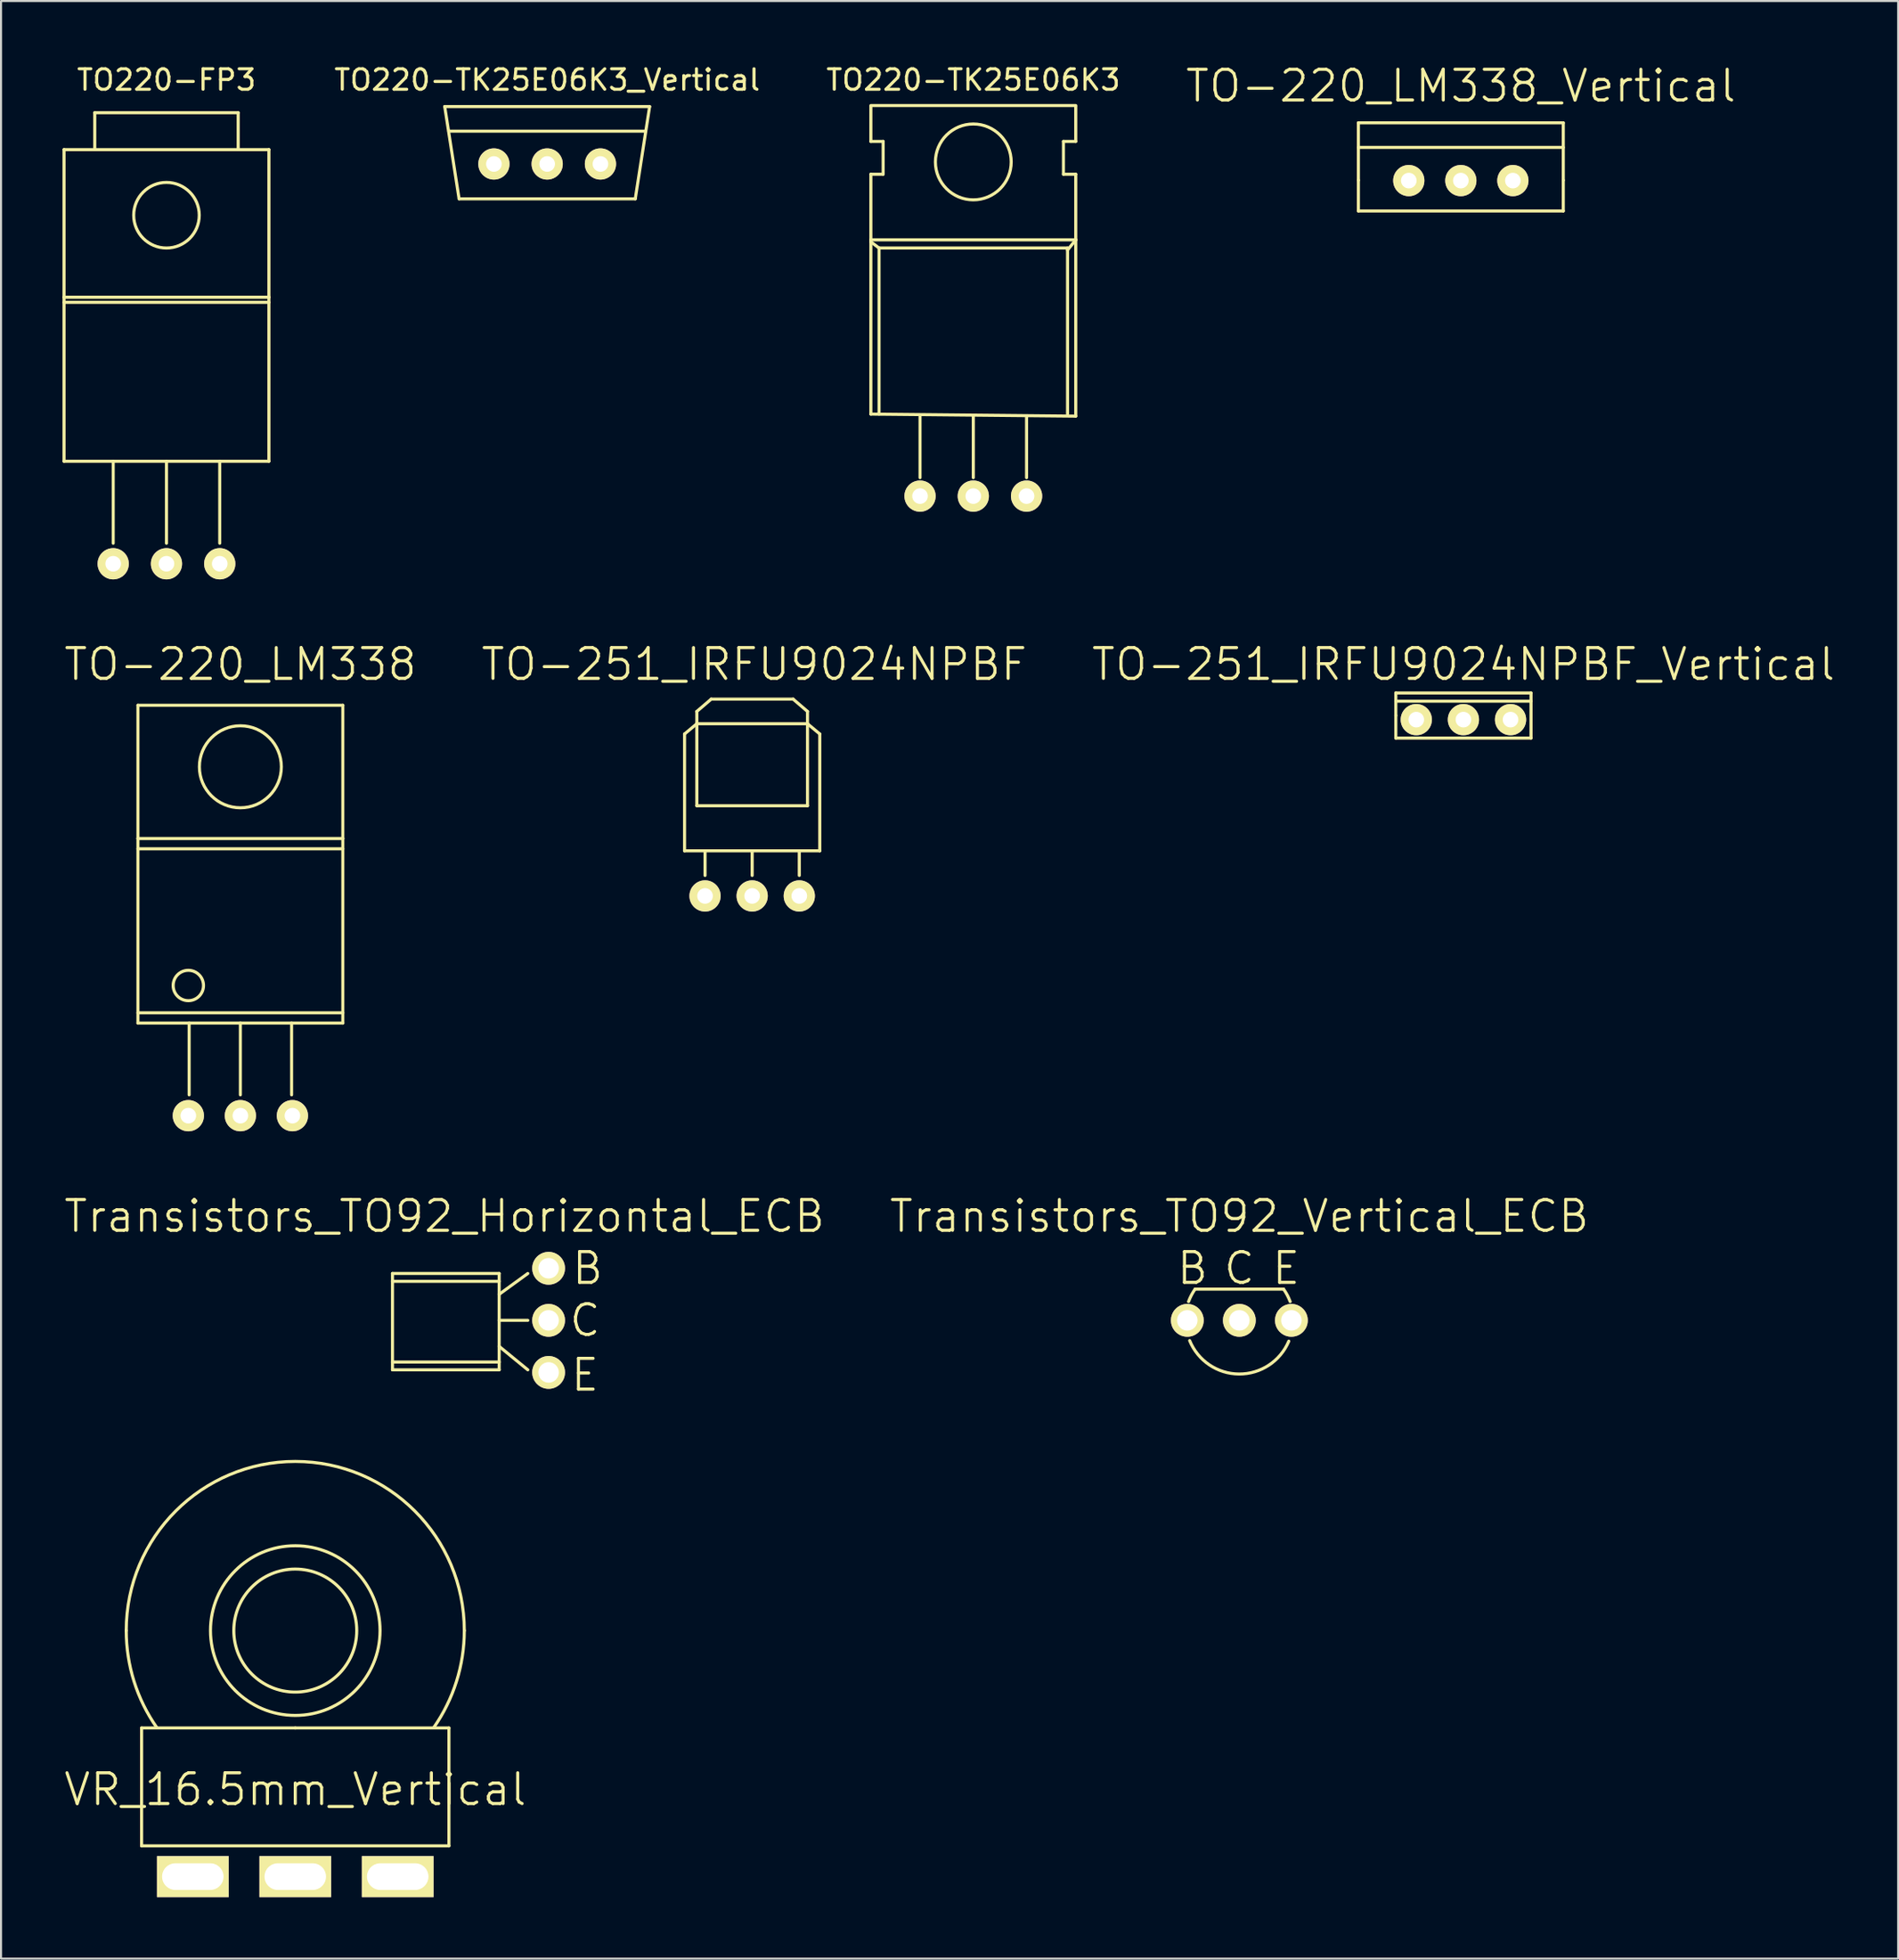
<source format=kicad_pcb>
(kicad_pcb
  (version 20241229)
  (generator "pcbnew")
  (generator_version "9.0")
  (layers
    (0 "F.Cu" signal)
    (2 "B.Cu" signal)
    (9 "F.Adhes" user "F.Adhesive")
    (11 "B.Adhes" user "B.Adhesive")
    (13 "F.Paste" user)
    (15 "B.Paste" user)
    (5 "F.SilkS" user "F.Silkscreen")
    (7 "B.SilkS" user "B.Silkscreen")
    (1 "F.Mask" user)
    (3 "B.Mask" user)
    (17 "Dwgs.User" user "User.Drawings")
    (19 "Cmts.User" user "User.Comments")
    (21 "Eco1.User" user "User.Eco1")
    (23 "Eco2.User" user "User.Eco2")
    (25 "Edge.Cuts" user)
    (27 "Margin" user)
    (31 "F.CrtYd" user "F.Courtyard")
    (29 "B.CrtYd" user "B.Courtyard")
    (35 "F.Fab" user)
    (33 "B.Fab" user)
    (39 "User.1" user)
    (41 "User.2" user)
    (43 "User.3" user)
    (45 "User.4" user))
  (footprint "Transistors_TO92_Vertical_ECB"
    (layer "F.Cu")
    (at 57.439 61.352)
    (property "Reference" "Transistors_TO92_Vertical_ECB" (at 0 -5.08 0) (layer "F.SilkS") (effects (font (size 1.5 1.5) (thickness 0.15))))
    (attr through_hole)
    (fp_line (start 2.159 -1.524) (end -2.159 -1.524) (stroke (width 0.15) (type solid)) (layer "F.SilkS"))
    (fp_arc (start -2.479874 -0.913281) (mid -2.339451 -1.229156) (end -2.159 -1.524) (stroke (width 0.15) (type solid)) (layer "F.SilkS"))
    (fp_arc (start 2.159 -1.524) (mid 2.339451 -1.229156) (end 2.479874 -0.913281) (stroke (width 0.15) (type solid)) (layer "F.SilkS"))
    (fp_arc (start 2.413 1.016) (mid -0.015247 2.618128) (end -2.424669 0.987828) (stroke (width 0.15) (type solid)) (layer "F.SilkS"))
    (fp_text user "C" (at 0 -2.54 0) (layer "F.SilkS") (effects (font (size 1.5 1.5) (thickness 0.15))))
    (fp_text user "E" (at 2.286 -2.54 0) (layer "F.SilkS") (effects (font (size 1.5 1.5) (thickness 0.15))))
    (fp_text user "B" (at -2.286 -2.54 0) (layer "F.SilkS") (effects (font (size 1.5 1.5) (thickness 0.15))))
    (pad "1" thru_hole circle (at 2.54 0) (size 1.6 1.6) (drill 1) (layers "*.Cu" "*.Mask" "F.SilkS"))
    (pad "2" thru_hole circle (at -2.54 0) (size 1.6 1.6) (drill 1) (layers "*.Cu" "*.Mask" "F.SilkS"))
    (pad "3" thru_hole circle (at 0 0) (size 1.6 1.6) (drill 1) (layers "*.Cu" "*.Mask" "F.SilkS")))
  (footprint "TO-251_IRFU9024NPBF_Vertical"
    (layer "F.Cu")
    (at 68.375 32.051)
    (property "Reference" "TO-251_IRFU9024NPBF_Vertical" (at 0 -2.7 0) (layer "F.SilkS") (effects (font (size 1.5 1.5) (thickness 0.15))))
    (attr through_hole)
    (fp_line (start -3.3 -1.3) (end 3.3 -1.3) (stroke (width 0.15) (type solid)) (layer "F.SilkS"))
    (fp_line (start -3.3 -0.9) (end 3.3 -0.9) (stroke (width 0.15) (type solid)) (layer "F.SilkS"))
    (fp_line (start -3.3 -0.2) (end -3.3 -1.3) (stroke (width 0.15) (type solid)) (layer "F.SilkS"))
    (fp_line (start -3.3 0.9) (end -3.3 -0.2) (stroke (width 0.15) (type solid)) (layer "F.SilkS"))
    (fp_line (start 3.3 -1.3) (end 3.3 0.9) (stroke (width 0.15) (type solid)) (layer "F.SilkS"))
    (fp_line (start 3.3 0.9) (end -3.3 0.9) (stroke (width 0.15) (type solid)) (layer "F.SilkS"))
    (pad "1" thru_hole circle (at -2.3 0) (size 1.524 1.524) (drill 0.762) (layers "*.Cu" "*.Mask" "F.SilkS"))
    (pad "2" thru_hole circle (at 0 0) (size 1.524 1.524) (drill 0.762) (layers "*.Cu" "*.Mask" "F.SilkS"))
    (pad "3" thru_hole circle (at 2.3 0) (size 1.524 1.524) (drill 0.762) (layers "*.Cu" "*.Mask" "F.SilkS")))
  (footprint "TO-220_LM338"
    (layer "F.Cu")
    (at 8.682 34.351)
    (property "Reference" "TO-220_LM338" (at 0 -5 0) (layer "F.SilkS") (effects (font (size 1.5 1.5) (thickness 0.15))))
    (attr through_hole)
    (fp_line (start -5 -3) (end -5 3.5) (stroke (width 0.15) (type solid)) (layer "F.SilkS"))
    (fp_line (start -5 -3) (end 5 -3) (stroke (width 0.15) (type solid)) (layer "F.SilkS"))
    (fp_line (start -5 3.5) (end 5 3.5) (stroke (width 0.15) (type solid)) (layer "F.SilkS"))
    (fp_line (start -5 4) (end 5 4) (stroke (width 0.15) (type solid)) (layer "F.SilkS"))
    (fp_line (start -5 12) (end 5 12) (stroke (width 0.15) (type solid)) (layer "F.SilkS"))
    (fp_line (start -5 12.5) (end -5 3.5) (stroke (width 0.15) (type solid)) (layer "F.SilkS"))
    (fp_line (start -2.5 12.5) (end -2.5 16) (stroke (width 0.15) (type solid)) (layer "F.SilkS"))
    (fp_line (start 0 12.5) (end 0 16) (stroke (width 0.15) (type solid)) (layer "F.SilkS"))
    (fp_line (start 2.5 12.5) (end 2.5 16) (stroke (width 0.15) (type solid)) (layer "F.SilkS"))
    (fp_line (start 5 -3) (end 5 3.5) (stroke (width 0.15) (type solid)) (layer "F.SilkS"))
    (fp_line (start 5 3.5) (end 5 12.5) (stroke (width 0.15) (type solid)) (layer "F.SilkS"))
    (fp_line (start 5 12.5) (end -5 12.5) (stroke (width 0.15) (type solid)) (layer "F.SilkS"))
    (fp_circle (center -2.54 10.668) (end -1.905 11.049) (stroke (width 0.15) (type solid)) (fill no) (layer "F.SilkS"))
    (fp_circle (center 0 0) (end 2 0) (stroke (width 0.15) (type solid)) (fill no) (layer "F.SilkS"))
    (pad "1" thru_hole circle (at -2.54 17.018) (size 1.524 1.524) (drill 0.762) (layers "*.Cu" "*.Mask" "F.SilkS"))
    (pad "2" thru_hole circle (at 0 17.018) (size 1.524 1.524) (drill 0.762) (layers "*.Cu" "*.Mask" "F.SilkS"))
    (pad "3" thru_hole circle (at 2.54 17.018) (size 1.524 1.524) (drill 0.762) (layers "*.Cu" "*.Mask" "F.SilkS")))
  (footprint "TO-220_LM338_Vertical"
    (layer "F.Cu")
    (at 68.249 5.741)
    (property "Reference" "TO-220_LM338_Vertical" (at 0 -4.6 0) (layer "F.SilkS") (effects (font (size 1.5 1.5) (thickness 0.15))))
    (attr through_hole)
    (fp_line (start -5 -2.8) (end -5 0) (stroke (width 0.15) (type solid)) (layer "F.SilkS"))
    (fp_line (start -5 0) (end -5 1.5) (stroke (width 0.15) (type solid)) (layer "F.SilkS"))
    (fp_line (start -5 1.5) (end 5 1.5) (stroke (width 0.15) (type solid)) (layer "F.SilkS"))
    (fp_line (start 5 -2.8) (end -5 -2.8) (stroke (width 0.15) (type solid)) (layer "F.SilkS"))
    (fp_line (start 5 -1.6) (end -5 -1.6) (stroke (width 0.15) (type solid)) (layer "F.SilkS"))
    (fp_line (start 5 0) (end 5 -2.8) (stroke (width 0.15) (type solid)) (layer "F.SilkS"))
    (fp_line (start 5 1.5) (end 5 0) (stroke (width 0.15) (type solid)) (layer "F.SilkS"))
    (pad "1" thru_hole circle (at -2.54 0.018) (size 1.524 1.524) (drill 0.762) (layers "*.Cu" "*.Mask" "F.SilkS"))
    (pad "2" thru_hole circle (at 0 0.018) (size 1.524 1.524) (drill 0.762) (layers "*.Cu" "*.Mask" "F.SilkS"))
    (pad "3" thru_hole circle (at 2.54 0.018) (size 1.524 1.524) (drill 0.762) (layers "*.Cu" "*.Mask" "F.SilkS")))
  (footprint "TO220-TK25E06K3_Vertical"
    (layer "F.Cu")
    (at 23.656 4.948)
    (property "Reference" "TO220-TK25E06K3_Vertical" (at 0 -4.1 0) (layer "F.SilkS") (effects (font (size 1 1) (thickness 0.15))))
    (attr through_hole)
    (fp_line (start -5 -2.8) (end -4.3 1.7) (stroke (width 0.15) (type solid)) (layer "F.SilkS"))
    (fp_line (start -4.3 1.7) (end 4.3 1.7) (stroke (width 0.15) (type solid)) (layer "F.SilkS"))
    (fp_line (start 4.8 -1.6) (end -4.8 -1.6) (stroke (width 0.15) (type solid)) (layer "F.SilkS"))
    (fp_line (start 5 -2.8) (end -5 -2.8) (stroke (width 0.15) (type solid)) (layer "F.SilkS"))
    (fp_line (start 5 -2.8) (end 4.3 1.7) (stroke (width 0.15) (type solid)) (layer "F.SilkS"))
    (pad "1" thru_hole circle (at -2.6 0) (size 1.524 1.524) (drill 0.762) (layers "*.Cu" "*.Mask" "F.SilkS"))
    (pad "2" thru_hole circle (at 0 0) (size 1.524 1.524) (drill 0.762) (layers "*.Cu" "*.Mask" "F.SilkS"))
    (pad "3" thru_hole circle (at 2.6 0) (size 1.524 1.524) (drill 0.762) (layers "*.Cu" "*.Mask" "F.SilkS")))
  (footprint "TO220-FP3"
    (layer "F.Cu")
    (at 5.075 7.448)
    (property "Reference" "TO220-FP3" (at 0 -6.6 0) (layer "F.SilkS") (effects (font (size 1 1) (thickness 0.15))))
    (attr through_hole)
    (fp_line (start -5 -3.2) (end 5 -3.2) (stroke (width 0.15) (type solid)) (layer "F.SilkS"))
    (fp_line (start -5 4) (end -5 -3.2) (stroke (width 0.15) (type solid)) (layer "F.SilkS"))
    (fp_line (start -5 4.25) (end 5 4.25) (stroke (width 0.15) (type solid)) (layer "F.SilkS"))
    (fp_line (start -5 12) (end -5 4) (stroke (width 0.15) (type solid)) (layer "F.SilkS"))
    (fp_line (start -3.5 -5) (end 3.5 -5) (stroke (width 0.15) (type solid)) (layer "F.SilkS"))
    (fp_line (start -3.5 -3.25) (end -3.5 -5) (stroke (width 0.15) (type solid)) (layer "F.SilkS"))
    (fp_line (start -2.6 16) (end -2.6 12) (stroke (width 0.15) (type solid)) (layer "F.SilkS"))
    (fp_line (start 0 16) (end 0 12) (stroke (width 0.15) (type solid)) (layer "F.SilkS"))
    (fp_line (start 2.6 16) (end 2.6 12) (stroke (width 0.15) (type solid)) (layer "F.SilkS"))
    (fp_line (start 3.5 -5) (end 3.5 -3.25) (stroke (width 0.15) (type solid)) (layer "F.SilkS"))
    (fp_line (start 5 -3.2) (end 5 4) (stroke (width 0.15) (type solid)) (layer "F.SilkS"))
    (fp_line (start 5 4) (end -5 4) (stroke (width 0.15) (type solid)) (layer "F.SilkS"))
    (fp_line (start 5 12) (end -5 12) (stroke (width 0.15) (type solid)) (layer "F.SilkS"))
    (fp_line (start 5 12) (end 5 4) (stroke (width 0.15) (type solid)) (layer "F.SilkS"))
    (fp_circle (center 0 0) (end 1.6 0) (stroke (width 0.15) (type solid)) (fill no) (layer "F.SilkS"))
    (pad "1" thru_hole circle (at -2.6 17) (size 1.524 1.524) (drill 0.762) (layers "*.Cu" "*.Mask" "F.SilkS"))
    (pad "2" thru_hole circle (at 0 17) (size 1.524 1.524) (drill 0.762) (layers "*.Cu" "*.Mask" "F.SilkS"))
    (pad "3" thru_hole circle (at 2.6 17) (size 1.524 1.524) (drill 0.762) (layers "*.Cu" "*.Mask" "F.SilkS")))
  (footprint "Transistors_TO92_Horizontal_ECB"
    (layer "F.Cu")
    (at 18.646 61.352)
    (property "Reference" "Transistors_TO92_Horizontal_ECB" (at 0 -5.08 0) (layer "F.SilkS") (effects (font (size 1.5 1.5) (thickness 0.15))))
    (attr through_hole)
    (fp_line (start -2.54 -2.286) (end -2.54 2.413) (stroke (width 0.15) (type solid)) (layer "F.SilkS"))
    (fp_line (start -2.54 2.032) (end 2.667 2.032) (stroke (width 0.15) (type solid)) (layer "F.SilkS"))
    (fp_line (start -2.54 2.413) (end 2.667 2.413) (stroke (width 0.15) (type solid)) (layer "F.SilkS"))
    (fp_line (start 2.667 -2.286) (end -2.54 -2.286) (stroke (width 0.15) (type solid)) (layer "F.SilkS"))
    (fp_line (start 2.667 -1.905) (end -2.54 -1.905) (stroke (width 0.15) (type solid)) (layer "F.SilkS"))
    (fp_line (start 2.667 -1.27) (end 4.064 -2.286) (stroke (width 0.15) (type solid)) (layer "F.SilkS"))
    (fp_line (start 2.667 0) (end 4.064 0) (stroke (width 0.15) (type solid)) (layer "F.SilkS"))
    (fp_line (start 2.667 1.27) (end 4.064 2.413) (stroke (width 0.15) (type solid)) (layer "F.SilkS"))
    (fp_line (start 2.667 2.413) (end 2.667 -2.286) (stroke (width 0.15) (type solid)) (layer "F.SilkS"))
    (fp_text user "E" (at 6.858 2.667 0) (layer "F.SilkS") (effects (font (size 1.5 1.5) (thickness 0.15))))
    (fp_text user "C" (at 6.858 0 0) (layer "F.SilkS") (effects (font (size 1.5 1.5) (thickness 0.15))))
    (fp_text user "B" (at 6.985 -2.54 0) (layer "F.SilkS") (effects (font (size 1.5 1.5) (thickness 0.15))))
    (pad "1" thru_hole circle (at 5.08 2.54) (size 1.6 1.6) (drill 1) (layers "*.Cu" "*.Mask" "F.SilkS"))
    (pad "2" thru_hole circle (at 5.08 -2.54) (size 1.6 1.6) (drill 1) (layers "*.Cu" "*.Mask" "F.SilkS"))
    (pad "3" thru_hole circle (at 5.08 0) (size 1.6 1.6) (drill 1) (layers "*.Cu" "*.Mask" "F.SilkS")))
  (footprint "TO-251_IRFU9024NPBF"
    (layer "F.Cu")
    (at 33.661 32.251)
    (property "Reference" "TO-251_IRFU9024NPBF" (at 0.1 -2.9 0) (layer "F.SilkS") (effects (font (size 1.5 1.5) (thickness 0.15))))
    (attr through_hole)
    (fp_line (start -3.3 0.5) (end -3.3 6.2) (stroke (width 0.15) (type solid)) (layer "F.SilkS"))
    (fp_line (start -2.7 -0.6) (end -2.7 0) (stroke (width 0.15) (type solid)) (layer "F.SilkS"))
    (fp_line (start -2.7 -0.6) (end -2 -1.2) (stroke (width 0.15) (type solid)) (layer "F.SilkS"))
    (fp_line (start -2.7 0) (end -3.3 0.5) (stroke (width 0.15) (type solid)) (layer "F.SilkS"))
    (fp_line (start -2.7 0) (end -2.7 4) (stroke (width 0.15) (type solid)) (layer "F.SilkS"))
    (fp_line (start -2.7 4) (end 2.7 4) (stroke (width 0.15) (type solid)) (layer "F.SilkS"))
    (fp_line (start -2.3 6.2) (end -2.3 7.4) (stroke (width 0.15) (type solid)) (layer "F.SilkS"))
    (fp_line (start 0 7.4) (end 0 6.2) (stroke (width 0.15) (type solid)) (layer "F.SilkS"))
    (fp_line (start 2 -1.2) (end -2 -1.2) (stroke (width 0.15) (type solid)) (layer "F.SilkS"))
    (fp_line (start 2.3 6.2) (end 2.3 7.4) (stroke (width 0.15) (type solid)) (layer "F.SilkS"))
    (fp_line (start 2.7 -0.6) (end 2 -1.2) (stroke (width 0.15) (type solid)) (layer "F.SilkS"))
    (fp_line (start 2.7 0) (end -2.7 0) (stroke (width 0.15) (type solid)) (layer "F.SilkS"))
    (fp_line (start 2.7 0) (end 2.7 -0.6) (stroke (width 0.15) (type solid)) (layer "F.SilkS"))
    (fp_line (start 2.7 0) (end 3.3 0.5) (stroke (width 0.15) (type solid)) (layer "F.SilkS"))
    (fp_line (start 2.7 4) (end 2.7 0) (stroke (width 0.15) (type solid)) (layer "F.SilkS"))
    (fp_line (start 3.3 0.5) (end 3.3 6.2) (stroke (width 0.15) (type solid)) (layer "F.SilkS"))
    (fp_line (start 3.3 6.2) (end -3.3 6.2) (stroke (width 0.15) (type solid)) (layer "F.SilkS"))
    (pad "1" thru_hole circle (at -2.3 8.4) (size 1.524 1.524) (drill 0.762) (layers "*.Cu" "*.Mask" "F.SilkS"))
    (pad "2" thru_hole circle (at 0 8.4) (size 1.524 1.524) (drill 0.762) (layers "*.Cu" "*.Mask" "F.SilkS"))
    (pad "3" thru_hole circle (at 2.3 8.4) (size 1.524 1.524) (drill 0.762) (layers "*.Cu" "*.Mask" "F.SilkS")))
  (footprint "TO220-TK25E06K3"
    (layer "F.Cu")
    (at 44.454 4.848)
    (property "Reference" "TO220-TK25E06K3" (at 0 -4 0) (layer "F.SilkS") (effects (font (size 1 1) (thickness 0.15))))
    (attr through_hole)
    (fp_line (start -5 -2.75) (end 5 -2.75) (stroke (width 0.15) (type solid)) (layer "F.SilkS"))
    (fp_line (start -5 -1) (end -5 -2.7) (stroke (width 0.15) (type solid)) (layer "F.SilkS"))
    (fp_line (start -5 0.6) (end -4.4 0.6) (stroke (width 0.15) (type solid)) (layer "F.SilkS"))
    (fp_line (start -5 3.8) (end -5 0.6) (stroke (width 0.15) (type solid)) (layer "F.SilkS"))
    (fp_line (start -5 3.9) (end -4.6 4.2) (stroke (width 0.15) (type solid)) (layer "F.SilkS"))
    (fp_line (start -5 12.3) (end -5 3.8) (stroke (width 0.15) (type solid)) (layer "F.SilkS"))
    (fp_line (start -4.6 4.2) (end 4.6 4.2) (stroke (width 0.15) (type solid)) (layer "F.SilkS"))
    (fp_line (start -4.6 12.3) (end -4.6 4.2) (stroke (width 0.15) (type solid)) (layer "F.SilkS"))
    (fp_line (start -4.4 -1) (end -5 -1) (stroke (width 0.15) (type solid)) (layer "F.SilkS"))
    (fp_line (start -4.4 0.6) (end -4.4 -1) (stroke (width 0.15) (type solid)) (layer "F.SilkS"))
    (fp_line (start -2.6 15.4) (end -2.6 12.4) (stroke (width 0.15) (type solid)) (layer "F.SilkS"))
    (fp_line (start 0 12.4) (end 0 15.4) (stroke (width 0.15) (type solid)) (layer "F.SilkS"))
    (fp_line (start 2.6 15.4) (end 2.6 12.4) (stroke (width 0.15) (type solid)) (layer "F.SilkS"))
    (fp_line (start 4.4 -1) (end 5 -1) (stroke (width 0.15) (type solid)) (layer "F.SilkS"))
    (fp_line (start 4.4 0.6) (end 4.4 -1) (stroke (width 0.15) (type solid)) (layer "F.SilkS"))
    (fp_line (start 4.6 4.2) (end 4.6 12.3) (stroke (width 0.15) (type solid)) (layer "F.SilkS"))
    (fp_line (start 5 -2.7) (end 5 -1) (stroke (width 0.15) (type solid)) (layer "F.SilkS"))
    (fp_line (start 5 0.6) (end 4.4 0.6) (stroke (width 0.15) (type solid)) (layer "F.SilkS"))
    (fp_line (start 5 0.6) (end 5 3.8) (stroke (width 0.15) (type solid)) (layer "F.SilkS"))
    (fp_line (start 5 3.8) (end -5 3.8) (stroke (width 0.15) (type solid)) (layer "F.SilkS"))
    (fp_line (start 5 3.8) (end 4.6 4.3) (stroke (width 0.15) (type solid)) (layer "F.SilkS"))
    (fp_line (start 5 3.8) (end 5 12.4) (stroke (width 0.15) (type solid)) (layer "F.SilkS"))
    (fp_line (start 5 12.4) (end -5 12.3) (stroke (width 0.15) (type solid)) (layer "F.SilkS"))
    (fp_circle (center 0 0) (end 1.85 0) (stroke (width 0.15) (type solid)) (fill no) (layer "F.SilkS"))
    (pad "1" thru_hole circle (at -2.6 16.3) (size 1.524 1.524) (drill 0.762) (layers "*.Cu" "*.Mask" "F.SilkS"))
    (pad "2" thru_hole circle (at 0 16.3) (size 1.524 1.524) (drill 0.762) (layers "*.Cu" "*.Mask" "F.SilkS"))
    (pad "3" thru_hole circle (at 2.6 16.3) (size 1.524 1.524) (drill 0.762) (layers "*.Cu" "*.Mask" "F.SilkS")))
  (footprint "VR_16.5mm_Vertical"
    (layer "F.Cu")
    (at 11.361 76.484)
    (property "Reference" "VR_16.5mm_Vertical" (at 0 7.75 0) (layer "F.SilkS") (effects (font (size 1.5 1.5) (thickness 0.15))))
    (attr through_hole)
    (fp_line (start -7.5 4.75) (end -7.5 10.5) (stroke (width 0.15) (type solid)) (layer "F.SilkS"))
    (fp_line (start -7.5 10.5) (end 7.5 10.5) (stroke (width 0.15) (type solid)) (layer "F.SilkS"))
    (fp_line (start 0 4.75) (end -7.5 4.75) (stroke (width 0.15) (type solid)) (layer "F.SilkS"))
    (fp_line (start 7.5 4.75) (end 0 4.75) (stroke (width 0.15) (type solid)) (layer "F.SilkS"))
    (fp_line (start 7.5 10.5) (end 7.5 4.75) (stroke (width 0.15) (type solid)) (layer "F.SilkS"))
    (fp_arc (start -8.25 0) (mid 0 -8.25) (end 8.25 0) (stroke (width 0.15) (type solid)) (layer "F.SilkS"))
    (fp_arc (start -6.758004 4.732006) (mid -7.868165 2.480823) (end -8.25 0) (stroke (width 0.15) (type solid)) (layer "F.SilkS"))
    (fp_arc (start 8.25 0) (mid 7.868165 2.480823) (end 6.758004 4.732006) (stroke (width 0.15) (type solid)) (layer "F.SilkS"))
    (fp_circle (center 0 0) (end 3 0) (stroke (width 0.15) (type solid)) (fill no) (layer "F.SilkS"))
    (fp_circle (center 0 0) (end 3.75 1.75) (stroke (width 0.15) (type solid)) (fill no) (layer "F.SilkS"))
    (pad "1" thru_hole rect (at -5 12) (size 3.5 2) (drill oval 3 1.3) (layers "*.Cu" "*.Mask" "F.SilkS"))
    (pad "2" thru_hole rect (at 0 12) (size 3.5 2) (drill oval 3 1.3) (layers "*.Cu" "*.Mask" "F.SilkS"))
    (pad "3" thru_hole rect (at 5 12) (size 3.5 2) (drill oval 3 1.3) (layers "*.Cu" "*.Mask" "F.SilkS")))
  (gr_rect
    (start -3 -3)
    (end 89.593 92.484)
    (stroke (width 0.1) (type default))
    (fill no)
    (layer "Edge.Cuts")))
</source>
